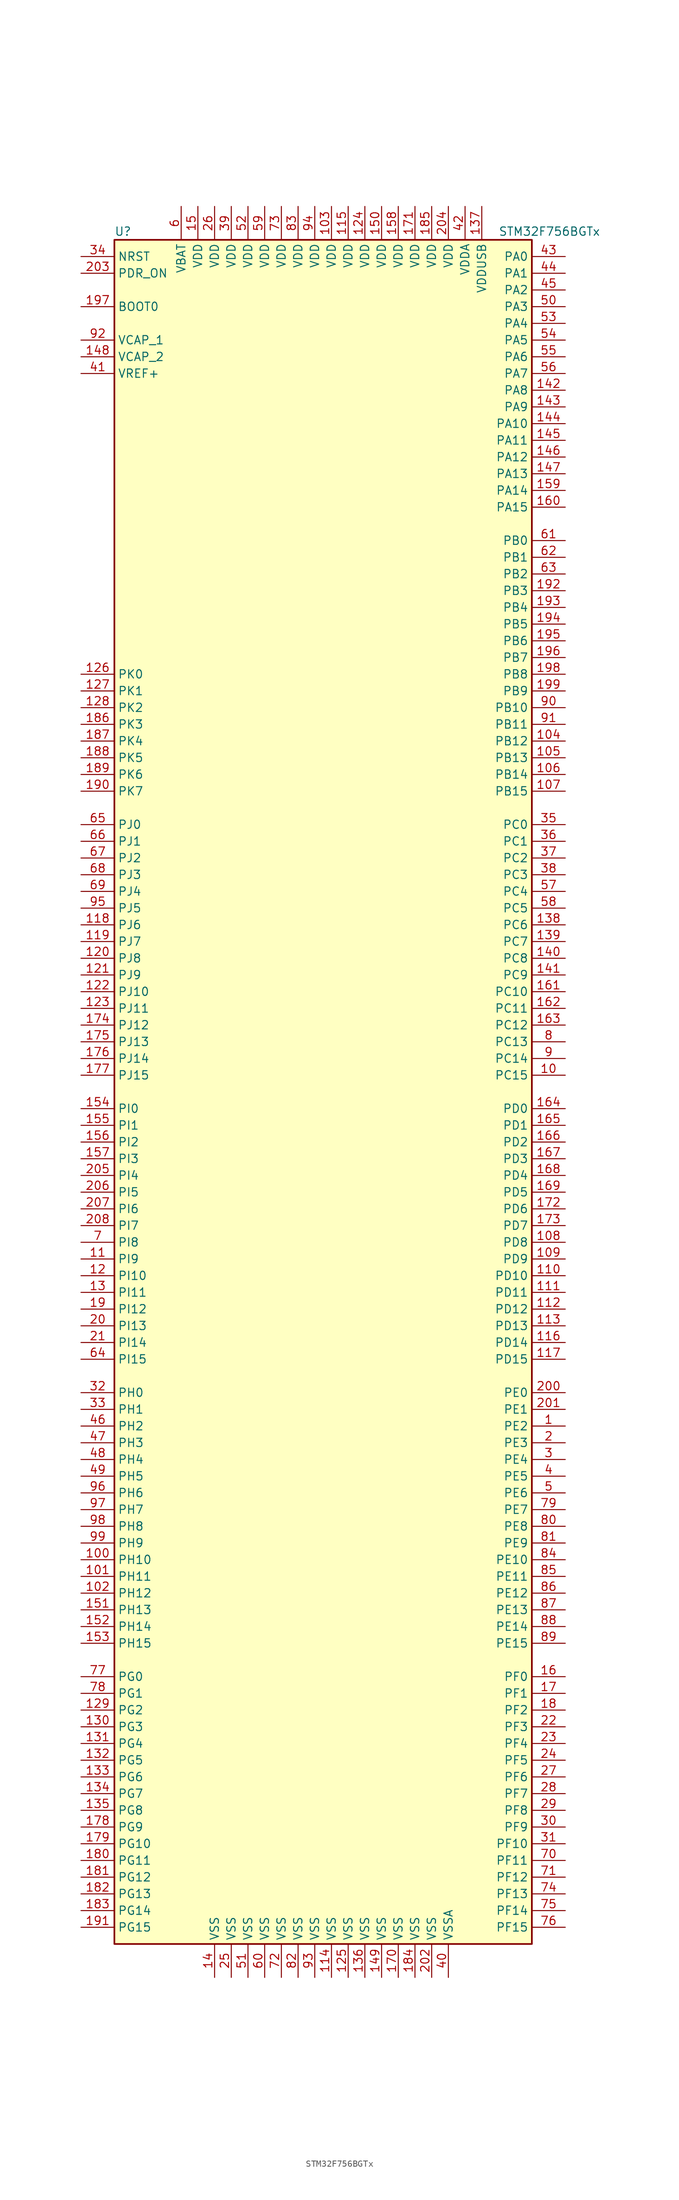
<source format=kicad_sym>
(kicad_symbol_lib
  (version 20201005)
  (generator kicad_symbol_editor)
  (symbol "STM32F756BGTx"
    (property "Reference" "U"
      (at -33.02 130.81 0)
      (effects (font (size 1.27 1.27)) (justify left)))
    (property "Value" "STM32F756BGTx"
      (at 25.4 130.81 0)
      (effects (font (size 1.27 1.27)) (justify left)))
    (symbol "STM32F756BGTx_0_1"
      (rectangle (start -33.02 -129.54) (end 30.48 129.54) (stroke (width 0.254)) (fill (type background))))
    (symbol "STM32F756BGTx_1_1"
      (pin input line (at -38.1 119.38 0) (length 5.08) (name "BOOT0" (effects (font (size 1.27 1.27)))) (number "197" (effects (font (size 1.27 1.27)))))
      (pin input line (at -38.1 127 0) (length 5.08) (name "NRST" (effects (font (size 1.27 1.27)))) (number "34" (effects (font (size 1.27 1.27)))))
      (pin bidirectional line (at 35.56 127 180) (length 5.08) (name "PA0" (effects (font (size 1.27 1.27)))) (number "43" (effects (font (size 1.27 1.27)))))
      (pin bidirectional line (at 35.56 124.46 180) (length 5.08) (name "PA1" (effects (font (size 1.27 1.27)))) (number "44" (effects (font (size 1.27 1.27)))))
      (pin bidirectional line (at 35.56 101.6 180) (length 5.08) (name "PA10" (effects (font (size 1.27 1.27)))) (number "144" (effects (font (size 1.27 1.27)))))
      (pin bidirectional line (at 35.56 99.06 180) (length 5.08) (name "PA11" (effects (font (size 1.27 1.27)))) (number "145" (effects (font (size 1.27 1.27)))))
      (pin bidirectional line (at 35.56 96.52 180) (length 5.08) (name "PA12" (effects (font (size 1.27 1.27)))) (number "146" (effects (font (size 1.27 1.27)))))
      (pin bidirectional line (at 35.56 93.98 180) (length 5.08) (name "PA13" (effects (font (size 1.27 1.27)))) (number "147" (effects (font (size 1.27 1.27)))))
      (pin bidirectional line (at 35.56 91.44 180) (length 5.08) (name "PA14" (effects (font (size 1.27 1.27)))) (number "159" (effects (font (size 1.27 1.27)))))
      (pin bidirectional line (at 35.56 88.9 180) (length 5.08) (name "PA15" (effects (font (size 1.27 1.27)))) (number "160" (effects (font (size 1.27 1.27)))))
      (pin bidirectional line (at 35.56 121.92 180) (length 5.08) (name "PA2" (effects (font (size 1.27 1.27)))) (number "45" (effects (font (size 1.27 1.27)))))
      (pin bidirectional line (at 35.56 119.38 180) (length 5.08) (name "PA3" (effects (font (size 1.27 1.27)))) (number "50" (effects (font (size 1.27 1.27)))))
      (pin bidirectional line (at 35.56 116.84 180) (length 5.08) (name "PA4" (effects (font (size 1.27 1.27)))) (number "53" (effects (font (size 1.27 1.27)))))
      (pin bidirectional line (at 35.56 114.3 180) (length 5.08) (name "PA5" (effects (font (size 1.27 1.27)))) (number "54" (effects (font (size 1.27 1.27)))))
      (pin bidirectional line (at 35.56 111.76 180) (length 5.08) (name "PA6" (effects (font (size 1.27 1.27)))) (number "55" (effects (font (size 1.27 1.27)))))
      (pin bidirectional line (at 35.56 109.22 180) (length 5.08) (name "PA7" (effects (font (size 1.27 1.27)))) (number "56" (effects (font (size 1.27 1.27)))))
      (pin bidirectional line (at 35.56 106.68 180) (length 5.08) (name "PA8" (effects (font (size 1.27 1.27)))) (number "142" (effects (font (size 1.27 1.27)))))
      (pin bidirectional line (at 35.56 104.14 180) (length 5.08) (name "PA9" (effects (font (size 1.27 1.27)))) (number "143" (effects (font (size 1.27 1.27)))))
      (pin bidirectional line (at 35.56 83.82 180) (length 5.08) (name "PB0" (effects (font (size 1.27 1.27)))) (number "61" (effects (font (size 1.27 1.27)))))
      (pin bidirectional line (at 35.56 81.28 180) (length 5.08) (name "PB1" (effects (font (size 1.27 1.27)))) (number "62" (effects (font (size 1.27 1.27)))))
      (pin bidirectional line (at 35.56 58.42 180) (length 5.08) (name "PB10" (effects (font (size 1.27 1.27)))) (number "90" (effects (font (size 1.27 1.27)))))
      (pin bidirectional line (at 35.56 55.88 180) (length 5.08) (name "PB11" (effects (font (size 1.27 1.27)))) (number "91" (effects (font (size 1.27 1.27)))))
      (pin bidirectional line (at 35.56 53.34 180) (length 5.08) (name "PB12" (effects (font (size 1.27 1.27)))) (number "104" (effects (font (size 1.27 1.27)))))
      (pin bidirectional line (at 35.56 50.8 180) (length 5.08) (name "PB13" (effects (font (size 1.27 1.27)))) (number "105" (effects (font (size 1.27 1.27)))))
      (pin bidirectional line (at 35.56 48.26 180) (length 5.08) (name "PB14" (effects (font (size 1.27 1.27)))) (number "106" (effects (font (size 1.27 1.27)))))
      (pin bidirectional line (at 35.56 45.72 180) (length 5.08) (name "PB15" (effects (font (size 1.27 1.27)))) (number "107" (effects (font (size 1.27 1.27)))))
      (pin bidirectional line (at 35.56 78.74 180) (length 5.08) (name "PB2" (effects (font (size 1.27 1.27)))) (number "63" (effects (font (size 1.27 1.27)))))
      (pin bidirectional line (at 35.56 76.2 180) (length 5.08) (name "PB3" (effects (font (size 1.27 1.27)))) (number "192" (effects (font (size 1.27 1.27)))))
      (pin bidirectional line (at 35.56 73.66 180) (length 5.08) (name "PB4" (effects (font (size 1.27 1.27)))) (number "193" (effects (font (size 1.27 1.27)))))
      (pin bidirectional line (at 35.56 71.12 180) (length 5.08) (name "PB5" (effects (font (size 1.27 1.27)))) (number "194" (effects (font (size 1.27 1.27)))))
      (pin bidirectional line (at 35.56 68.58 180) (length 5.08) (name "PB6" (effects (font (size 1.27 1.27)))) (number "195" (effects (font (size 1.27 1.27)))))
      (pin bidirectional line (at 35.56 66.04 180) (length 5.08) (name "PB7" (effects (font (size 1.27 1.27)))) (number "196" (effects (font (size 1.27 1.27)))))
      (pin bidirectional line (at 35.56 63.5 180) (length 5.08) (name "PB8" (effects (font (size 1.27 1.27)))) (number "198" (effects (font (size 1.27 1.27)))))
      (pin bidirectional line (at 35.56 60.96 180) (length 5.08) (name "PB9" (effects (font (size 1.27 1.27)))) (number "199" (effects (font (size 1.27 1.27)))))
      (pin bidirectional line (at 35.56 40.64 180) (length 5.08) (name "PC0" (effects (font (size 1.27 1.27)))) (number "35" (effects (font (size 1.27 1.27)))))
      (pin bidirectional line (at 35.56 38.1 180) (length 5.08) (name "PC1" (effects (font (size 1.27 1.27)))) (number "36" (effects (font (size 1.27 1.27)))))
      (pin bidirectional line (at 35.56 15.24 180) (length 5.08) (name "PC10" (effects (font (size 1.27 1.27)))) (number "161" (effects (font (size 1.27 1.27)))))
      (pin bidirectional line (at 35.56 12.7 180) (length 5.08) (name "PC11" (effects (font (size 1.27 1.27)))) (number "162" (effects (font (size 1.27 1.27)))))
      (pin bidirectional line (at 35.56 10.16 180) (length 5.08) (name "PC12" (effects (font (size 1.27 1.27)))) (number "163" (effects (font (size 1.27 1.27)))))
      (pin bidirectional line (at 35.56 7.62 180) (length 5.08) (name "PC13" (effects (font (size 1.27 1.27)))) (number "8" (effects (font (size 1.27 1.27)))))
      (pin bidirectional line (at 35.56 5.08 180) (length 5.08) (name "PC14" (effects (font (size 1.27 1.27)))) (number "9" (effects (font (size 1.27 1.27)))))
      (pin bidirectional line (at 35.56 2.54 180) (length 5.08) (name "PC15" (effects (font (size 1.27 1.27)))) (number "10" (effects (font (size 1.27 1.27)))))
      (pin bidirectional line (at 35.56 35.56 180) (length 5.08) (name "PC2" (effects (font (size 1.27 1.27)))) (number "37" (effects (font (size 1.27 1.27)))))
      (pin bidirectional line (at 35.56 33.02 180) (length 5.08) (name "PC3" (effects (font (size 1.27 1.27)))) (number "38" (effects (font (size 1.27 1.27)))))
      (pin bidirectional line (at 35.56 30.48 180) (length 5.08) (name "PC4" (effects (font (size 1.27 1.27)))) (number "57" (effects (font (size 1.27 1.27)))))
      (pin bidirectional line (at 35.56 27.94 180) (length 5.08) (name "PC5" (effects (font (size 1.27 1.27)))) (number "58" (effects (font (size 1.27 1.27)))))
      (pin bidirectional line (at 35.56 25.4 180) (length 5.08) (name "PC6" (effects (font (size 1.27 1.27)))) (number "138" (effects (font (size 1.27 1.27)))))
      (pin bidirectional line (at 35.56 22.86 180) (length 5.08) (name "PC7" (effects (font (size 1.27 1.27)))) (number "139" (effects (font (size 1.27 1.27)))))
      (pin bidirectional line (at 35.56 20.32 180) (length 5.08) (name "PC8" (effects (font (size 1.27 1.27)))) (number "140" (effects (font (size 1.27 1.27)))))
      (pin bidirectional line (at 35.56 17.78 180) (length 5.08) (name "PC9" (effects (font (size 1.27 1.27)))) (number "141" (effects (font (size 1.27 1.27)))))
      (pin bidirectional line (at 35.56 -2.54 180) (length 5.08) (name "PD0" (effects (font (size 1.27 1.27)))) (number "164" (effects (font (size 1.27 1.27)))))
      (pin bidirectional line (at 35.56 -5.08 180) (length 5.08) (name "PD1" (effects (font (size 1.27 1.27)))) (number "165" (effects (font (size 1.27 1.27)))))
      (pin bidirectional line (at 35.56 -27.94 180) (length 5.08) (name "PD10" (effects (font (size 1.27 1.27)))) (number "110" (effects (font (size 1.27 1.27)))))
      (pin bidirectional line (at 35.56 -30.48 180) (length 5.08) (name "PD11" (effects (font (size 1.27 1.27)))) (number "111" (effects (font (size 1.27 1.27)))))
      (pin bidirectional line (at 35.56 -33.02 180) (length 5.08) (name "PD12" (effects (font (size 1.27 1.27)))) (number "112" (effects (font (size 1.27 1.27)))))
      (pin bidirectional line (at 35.56 -35.56 180) (length 5.08) (name "PD13" (effects (font (size 1.27 1.27)))) (number "113" (effects (font (size 1.27 1.27)))))
      (pin bidirectional line (at 35.56 -38.1 180) (length 5.08) (name "PD14" (effects (font (size 1.27 1.27)))) (number "116" (effects (font (size 1.27 1.27)))))
      (pin bidirectional line (at 35.56 -40.64 180) (length 5.08) (name "PD15" (effects (font (size 1.27 1.27)))) (number "117" (effects (font (size 1.27 1.27)))))
      (pin bidirectional line (at 35.56 -7.62 180) (length 5.08) (name "PD2" (effects (font (size 1.27 1.27)))) (number "166" (effects (font (size 1.27 1.27)))))
      (pin bidirectional line (at 35.56 -10.16 180) (length 5.08) (name "PD3" (effects (font (size 1.27 1.27)))) (number "167" (effects (font (size 1.27 1.27)))))
      (pin bidirectional line (at 35.56 -12.7 180) (length 5.08) (name "PD4" (effects (font (size 1.27 1.27)))) (number "168" (effects (font (size 1.27 1.27)))))
      (pin bidirectional line (at 35.56 -15.24 180) (length 5.08) (name "PD5" (effects (font (size 1.27 1.27)))) (number "169" (effects (font (size 1.27 1.27)))))
      (pin bidirectional line (at 35.56 -17.78 180) (length 5.08) (name "PD6" (effects (font (size 1.27 1.27)))) (number "172" (effects (font (size 1.27 1.27)))))
      (pin bidirectional line (at 35.56 -20.32 180) (length 5.08) (name "PD7" (effects (font (size 1.27 1.27)))) (number "173" (effects (font (size 1.27 1.27)))))
      (pin bidirectional line (at 35.56 -22.86 180) (length 5.08) (name "PD8" (effects (font (size 1.27 1.27)))) (number "108" (effects (font (size 1.27 1.27)))))
      (pin bidirectional line (at 35.56 -25.4 180) (length 5.08) (name "PD9" (effects (font (size 1.27 1.27)))) (number "109" (effects (font (size 1.27 1.27)))))
      (pin input line (at -38.1 124.46 0) (length 5.08) (name "PDR_ON" (effects (font (size 1.27 1.27)))) (number "203" (effects (font (size 1.27 1.27)))))
      (pin bidirectional line (at 35.56 -45.72 180) (length 5.08) (name "PE0" (effects (font (size 1.27 1.27)))) (number "200" (effects (font (size 1.27 1.27)))))
      (pin bidirectional line (at 35.56 -48.26 180) (length 5.08) (name "PE1" (effects (font (size 1.27 1.27)))) (number "201" (effects (font (size 1.27 1.27)))))
      (pin bidirectional line (at 35.56 -71.12 180) (length 5.08) (name "PE10" (effects (font (size 1.27 1.27)))) (number "84" (effects (font (size 1.27 1.27)))))
      (pin bidirectional line (at 35.56 -73.66 180) (length 5.08) (name "PE11" (effects (font (size 1.27 1.27)))) (number "85" (effects (font (size 1.27 1.27)))))
      (pin bidirectional line (at 35.56 -76.2 180) (length 5.08) (name "PE12" (effects (font (size 1.27 1.27)))) (number "86" (effects (font (size 1.27 1.27)))))
      (pin bidirectional line (at 35.56 -78.74 180) (length 5.08) (name "PE13" (effects (font (size 1.27 1.27)))) (number "87" (effects (font (size 1.27 1.27)))))
      (pin bidirectional line (at 35.56 -81.28 180) (length 5.08) (name "PE14" (effects (font (size 1.27 1.27)))) (number "88" (effects (font (size 1.27 1.27)))))
      (pin bidirectional line (at 35.56 -83.82 180) (length 5.08) (name "PE15" (effects (font (size 1.27 1.27)))) (number "89" (effects (font (size 1.27 1.27)))))
      (pin bidirectional line (at 35.56 -50.8 180) (length 5.08) (name "PE2" (effects (font (size 1.27 1.27)))) (number "1" (effects (font (size 1.27 1.27)))))
      (pin bidirectional line (at 35.56 -53.34 180) (length 5.08) (name "PE3" (effects (font (size 1.27 1.27)))) (number "2" (effects (font (size 1.27 1.27)))))
      (pin bidirectional line (at 35.56 -55.88 180) (length 5.08) (name "PE4" (effects (font (size 1.27 1.27)))) (number "3" (effects (font (size 1.27 1.27)))))
      (pin bidirectional line (at 35.56 -58.42 180) (length 5.08) (name "PE5" (effects (font (size 1.27 1.27)))) (number "4" (effects (font (size 1.27 1.27)))))
      (pin bidirectional line (at 35.56 -60.96 180) (length 5.08) (name "PE6" (effects (font (size 1.27 1.27)))) (number "5" (effects (font (size 1.27 1.27)))))
      (pin bidirectional line (at 35.56 -63.5 180) (length 5.08) (name "PE7" (effects (font (size 1.27 1.27)))) (number "79" (effects (font (size 1.27 1.27)))))
      (pin bidirectional line (at 35.56 -66.04 180) (length 5.08) (name "PE8" (effects (font (size 1.27 1.27)))) (number "80" (effects (font (size 1.27 1.27)))))
      (pin bidirectional line (at 35.56 -68.58 180) (length 5.08) (name "PE9" (effects (font (size 1.27 1.27)))) (number "81" (effects (font (size 1.27 1.27)))))
      (pin bidirectional line (at 35.56 -88.9 180) (length 5.08) (name "PF0" (effects (font (size 1.27 1.27)))) (number "16" (effects (font (size 1.27 1.27)))))
      (pin bidirectional line (at 35.56 -91.44 180) (length 5.08) (name "PF1" (effects (font (size 1.27 1.27)))) (number "17" (effects (font (size 1.27 1.27)))))
      (pin bidirectional line (at 35.56 -114.3 180) (length 5.08) (name "PF10" (effects (font (size 1.27 1.27)))) (number "31" (effects (font (size 1.27 1.27)))))
      (pin bidirectional line (at 35.56 -116.84 180) (length 5.08) (name "PF11" (effects (font (size 1.27 1.27)))) (number "70" (effects (font (size 1.27 1.27)))))
      (pin bidirectional line (at 35.56 -119.38 180) (length 5.08) (name "PF12" (effects (font (size 1.27 1.27)))) (number "71" (effects (font (size 1.27 1.27)))))
      (pin bidirectional line (at 35.56 -121.92 180) (length 5.08) (name "PF13" (effects (font (size 1.27 1.27)))) (number "74" (effects (font (size 1.27 1.27)))))
      (pin bidirectional line (at 35.56 -124.46 180) (length 5.08) (name "PF14" (effects (font (size 1.27 1.27)))) (number "75" (effects (font (size 1.27 1.27)))))
      (pin bidirectional line (at 35.56 -127 180) (length 5.08) (name "PF15" (effects (font (size 1.27 1.27)))) (number "76" (effects (font (size 1.27 1.27)))))
      (pin bidirectional line (at 35.56 -93.98 180) (length 5.08) (name "PF2" (effects (font (size 1.27 1.27)))) (number "18" (effects (font (size 1.27 1.27)))))
      (pin bidirectional line (at 35.56 -96.52 180) (length 5.08) (name "PF3" (effects (font (size 1.27 1.27)))) (number "22" (effects (font (size 1.27 1.27)))))
      (pin bidirectional line (at 35.56 -99.06 180) (length 5.08) (name "PF4" (effects (font (size 1.27 1.27)))) (number "23" (effects (font (size 1.27 1.27)))))
      (pin bidirectional line (at 35.56 -101.6 180) (length 5.08) (name "PF5" (effects (font (size 1.27 1.27)))) (number "24" (effects (font (size 1.27 1.27)))))
      (pin bidirectional line (at 35.56 -104.14 180) (length 5.08) (name "PF6" (effects (font (size 1.27 1.27)))) (number "27" (effects (font (size 1.27 1.27)))))
      (pin bidirectional line (at 35.56 -106.68 180) (length 5.08) (name "PF7" (effects (font (size 1.27 1.27)))) (number "28" (effects (font (size 1.27 1.27)))))
      (pin bidirectional line (at 35.56 -109.22 180) (length 5.08) (name "PF8" (effects (font (size 1.27 1.27)))) (number "29" (effects (font (size 1.27 1.27)))))
      (pin bidirectional line (at 35.56 -111.76 180) (length 5.08) (name "PF9" (effects (font (size 1.27 1.27)))) (number "30" (effects (font (size 1.27 1.27)))))
      (pin bidirectional line (at -38.1 -88.9 0) (length 5.08) (name "PG0" (effects (font (size 1.27 1.27)))) (number "77" (effects (font (size 1.27 1.27)))))
      (pin bidirectional line (at -38.1 -91.44 0) (length 5.08) (name "PG1" (effects (font (size 1.27 1.27)))) (number "78" (effects (font (size 1.27 1.27)))))
      (pin bidirectional line (at -38.1 -114.3 0) (length 5.08) (name "PG10" (effects (font (size 1.27 1.27)))) (number "179" (effects (font (size 1.27 1.27)))))
      (pin bidirectional line (at -38.1 -116.84 0) (length 5.08) (name "PG11" (effects (font (size 1.27 1.27)))) (number "180" (effects (font (size 1.27 1.27)))))
      (pin bidirectional line (at -38.1 -119.38 0) (length 5.08) (name "PG12" (effects (font (size 1.27 1.27)))) (number "181" (effects (font (size 1.27 1.27)))))
      (pin bidirectional line (at -38.1 -121.92 0) (length 5.08) (name "PG13" (effects (font (size 1.27 1.27)))) (number "182" (effects (font (size 1.27 1.27)))))
      (pin bidirectional line (at -38.1 -124.46 0) (length 5.08) (name "PG14" (effects (font (size 1.27 1.27)))) (number "183" (effects (font (size 1.27 1.27)))))
      (pin bidirectional line (at -38.1 -127 0) (length 5.08) (name "PG15" (effects (font (size 1.27 1.27)))) (number "191" (effects (font (size 1.27 1.27)))))
      (pin bidirectional line (at -38.1 -93.98 0) (length 5.08) (name "PG2" (effects (font (size 1.27 1.27)))) (number "129" (effects (font (size 1.27 1.27)))))
      (pin bidirectional line (at -38.1 -96.52 0) (length 5.08) (name "PG3" (effects (font (size 1.27 1.27)))) (number "130" (effects (font (size 1.27 1.27)))))
      (pin bidirectional line (at -38.1 -99.06 0) (length 5.08) (name "PG4" (effects (font (size 1.27 1.27)))) (number "131" (effects (font (size 1.27 1.27)))))
      (pin bidirectional line (at -38.1 -101.6 0) (length 5.08) (name "PG5" (effects (font (size 1.27 1.27)))) (number "132" (effects (font (size 1.27 1.27)))))
      (pin bidirectional line (at -38.1 -104.14 0) (length 5.08) (name "PG6" (effects (font (size 1.27 1.27)))) (number "133" (effects (font (size 1.27 1.27)))))
      (pin bidirectional line (at -38.1 -106.68 0) (length 5.08) (name "PG7" (effects (font (size 1.27 1.27)))) (number "134" (effects (font (size 1.27 1.27)))))
      (pin bidirectional line (at -38.1 -109.22 0) (length 5.08) (name "PG8" (effects (font (size 1.27 1.27)))) (number "135" (effects (font (size 1.27 1.27)))))
      (pin bidirectional line (at -38.1 -111.76 0) (length 5.08) (name "PG9" (effects (font (size 1.27 1.27)))) (number "178" (effects (font (size 1.27 1.27)))))
      (pin input line (at -38.1 -45.72 0) (length 5.08) (name "PH0" (effects (font (size 1.27 1.27)))) (number "32" (effects (font (size 1.27 1.27)))))
      (pin input line (at -38.1 -48.26 0) (length 5.08) (name "PH1" (effects (font (size 1.27 1.27)))) (number "33" (effects (font (size 1.27 1.27)))))
      (pin bidirectional line (at -38.1 -71.12 0) (length 5.08) (name "PH10" (effects (font (size 1.27 1.27)))) (number "100" (effects (font (size 1.27 1.27)))))
      (pin bidirectional line (at -38.1 -73.66 0) (length 5.08) (name "PH11" (effects (font (size 1.27 1.27)))) (number "101" (effects (font (size 1.27 1.27)))))
      (pin bidirectional line (at -38.1 -76.2 0) (length 5.08) (name "PH12" (effects (font (size 1.27 1.27)))) (number "102" (effects (font (size 1.27 1.27)))))
      (pin bidirectional line (at -38.1 -78.74 0) (length 5.08) (name "PH13" (effects (font (size 1.27 1.27)))) (number "151" (effects (font (size 1.27 1.27)))))
      (pin bidirectional line (at -38.1 -81.28 0) (length 5.08) (name "PH14" (effects (font (size 1.27 1.27)))) (number "152" (effects (font (size 1.27 1.27)))))
      (pin bidirectional line (at -38.1 -83.82 0) (length 5.08) (name "PH15" (effects (font (size 1.27 1.27)))) (number "153" (effects (font (size 1.27 1.27)))))
      (pin bidirectional line (at -38.1 -50.8 0) (length 5.08) (name "PH2" (effects (font (size 1.27 1.27)))) (number "46" (effects (font (size 1.27 1.27)))))
      (pin bidirectional line (at -38.1 -53.34 0) (length 5.08) (name "PH3" (effects (font (size 1.27 1.27)))) (number "47" (effects (font (size 1.27 1.27)))))
      (pin bidirectional line (at -38.1 -55.88 0) (length 5.08) (name "PH4" (effects (font (size 1.27 1.27)))) (number "48" (effects (font (size 1.27 1.27)))))
      (pin bidirectional line (at -38.1 -58.42 0) (length 5.08) (name "PH5" (effects (font (size 1.27 1.27)))) (number "49" (effects (font (size 1.27 1.27)))))
      (pin bidirectional line (at -38.1 -60.96 0) (length 5.08) (name "PH6" (effects (font (size 1.27 1.27)))) (number "96" (effects (font (size 1.27 1.27)))))
      (pin bidirectional line (at -38.1 -63.5 0) (length 5.08) (name "PH7" (effects (font (size 1.27 1.27)))) (number "97" (effects (font (size 1.27 1.27)))))
      (pin bidirectional line (at -38.1 -66.04 0) (length 5.08) (name "PH8" (effects (font (size 1.27 1.27)))) (number "98" (effects (font (size 1.27 1.27)))))
      (pin bidirectional line (at -38.1 -68.58 0) (length 5.08) (name "PH9" (effects (font (size 1.27 1.27)))) (number "99" (effects (font (size 1.27 1.27)))))
      (pin bidirectional line (at -38.1 -2.54 0) (length 5.08) (name "PI0" (effects (font (size 1.27 1.27)))) (number "154" (effects (font (size 1.27 1.27)))))
      (pin bidirectional line (at -38.1 -5.08 0) (length 5.08) (name "PI1" (effects (font (size 1.27 1.27)))) (number "155" (effects (font (size 1.27 1.27)))))
      (pin bidirectional line (at -38.1 -27.94 0) (length 5.08) (name "PI10" (effects (font (size 1.27 1.27)))) (number "12" (effects (font (size 1.27 1.27)))))
      (pin bidirectional line (at -38.1 -30.48 0) (length 5.08) (name "PI11" (effects (font (size 1.27 1.27)))) (number "13" (effects (font (size 1.27 1.27)))))
      (pin bidirectional line (at -38.1 -33.02 0) (length 5.08) (name "PI12" (effects (font (size 1.27 1.27)))) (number "19" (effects (font (size 1.27 1.27)))))
      (pin bidirectional line (at -38.1 -35.56 0) (length 5.08) (name "PI13" (effects (font (size 1.27 1.27)))) (number "20" (effects (font (size 1.27 1.27)))))
      (pin bidirectional line (at -38.1 -38.1 0) (length 5.08) (name "PI14" (effects (font (size 1.27 1.27)))) (number "21" (effects (font (size 1.27 1.27)))))
      (pin bidirectional line (at -38.1 -40.64 0) (length 5.08) (name "PI15" (effects (font (size 1.27 1.27)))) (number "64" (effects (font (size 1.27 1.27)))))
      (pin bidirectional line (at -38.1 -7.62 0) (length 5.08) (name "PI2" (effects (font (size 1.27 1.27)))) (number "156" (effects (font (size 1.27 1.27)))))
      (pin bidirectional line (at -38.1 -10.16 0) (length 5.08) (name "PI3" (effects (font (size 1.27 1.27)))) (number "157" (effects (font (size 1.27 1.27)))))
      (pin bidirectional line (at -38.1 -12.7 0) (length 5.08) (name "PI4" (effects (font (size 1.27 1.27)))) (number "205" (effects (font (size 1.27 1.27)))))
      (pin bidirectional line (at -38.1 -15.24 0) (length 5.08) (name "PI5" (effects (font (size 1.27 1.27)))) (number "206" (effects (font (size 1.27 1.27)))))
      (pin bidirectional line (at -38.1 -17.78 0) (length 5.08) (name "PI6" (effects (font (size 1.27 1.27)))) (number "207" (effects (font (size 1.27 1.27)))))
      (pin bidirectional line (at -38.1 -20.32 0) (length 5.08) (name "PI7" (effects (font (size 1.27 1.27)))) (number "208" (effects (font (size 1.27 1.27)))))
      (pin bidirectional line (at -38.1 -22.86 0) (length 5.08) (name "PI8" (effects (font (size 1.27 1.27)))) (number "7" (effects (font (size 1.27 1.27)))))
      (pin bidirectional line (at -38.1 -25.4 0) (length 5.08) (name "PI9" (effects (font (size 1.27 1.27)))) (number "11" (effects (font (size 1.27 1.27)))))
      (pin bidirectional line (at -38.1 40.64 0) (length 5.08) (name "PJ0" (effects (font (size 1.27 1.27)))) (number "65" (effects (font (size 1.27 1.27)))))
      (pin bidirectional line (at -38.1 38.1 0) (length 5.08) (name "PJ1" (effects (font (size 1.27 1.27)))) (number "66" (effects (font (size 1.27 1.27)))))
      (pin bidirectional line (at -38.1 15.24 0) (length 5.08) (name "PJ10" (effects (font (size 1.27 1.27)))) (number "122" (effects (font (size 1.27 1.27)))))
      (pin bidirectional line (at -38.1 12.7 0) (length 5.08) (name "PJ11" (effects (font (size 1.27 1.27)))) (number "123" (effects (font (size 1.27 1.27)))))
      (pin bidirectional line (at -38.1 10.16 0) (length 5.08) (name "PJ12" (effects (font (size 1.27 1.27)))) (number "174" (effects (font (size 1.27 1.27)))))
      (pin bidirectional line (at -38.1 7.62 0) (length 5.08) (name "PJ13" (effects (font (size 1.27 1.27)))) (number "175" (effects (font (size 1.27 1.27)))))
      (pin bidirectional line (at -38.1 5.08 0) (length 5.08) (name "PJ14" (effects (font (size 1.27 1.27)))) (number "176" (effects (font (size 1.27 1.27)))))
      (pin bidirectional line (at -38.1 2.54 0) (length 5.08) (name "PJ15" (effects (font (size 1.27 1.27)))) (number "177" (effects (font (size 1.27 1.27)))))
      (pin bidirectional line (at -38.1 35.56 0) (length 5.08) (name "PJ2" (effects (font (size 1.27 1.27)))) (number "67" (effects (font (size 1.27 1.27)))))
      (pin bidirectional line (at -38.1 33.02 0) (length 5.08) (name "PJ3" (effects (font (size 1.27 1.27)))) (number "68" (effects (font (size 1.27 1.27)))))
      (pin bidirectional line (at -38.1 30.48 0) (length 5.08) (name "PJ4" (effects (font (size 1.27 1.27)))) (number "69" (effects (font (size 1.27 1.27)))))
      (pin bidirectional line (at -38.1 27.94 0) (length 5.08) (name "PJ5" (effects (font (size 1.27 1.27)))) (number "95" (effects (font (size 1.27 1.27)))))
      (pin bidirectional line (at -38.1 25.4 0) (length 5.08) (name "PJ6" (effects (font (size 1.27 1.27)))) (number "118" (effects (font (size 1.27 1.27)))))
      (pin bidirectional line (at -38.1 22.86 0) (length 5.08) (name "PJ7" (effects (font (size 1.27 1.27)))) (number "119" (effects (font (size 1.27 1.27)))))
      (pin bidirectional line (at -38.1 20.32 0) (length 5.08) (name "PJ8" (effects (font (size 1.27 1.27)))) (number "120" (effects (font (size 1.27 1.27)))))
      (pin bidirectional line (at -38.1 17.78 0) (length 5.08) (name "PJ9" (effects (font (size 1.27 1.27)))) (number "121" (effects (font (size 1.27 1.27)))))
      (pin bidirectional line (at -38.1 63.5 0) (length 5.08) (name "PK0" (effects (font (size 1.27 1.27)))) (number "126" (effects (font (size 1.27 1.27)))))
      (pin bidirectional line (at -38.1 60.96 0) (length 5.08) (name "PK1" (effects (font (size 1.27 1.27)))) (number "127" (effects (font (size 1.27 1.27)))))
      (pin bidirectional line (at -38.1 58.42 0) (length 5.08) (name "PK2" (effects (font (size 1.27 1.27)))) (number "128" (effects (font (size 1.27 1.27)))))
      (pin bidirectional line (at -38.1 55.88 0) (length 5.08) (name "PK3" (effects (font (size 1.27 1.27)))) (number "186" (effects (font (size 1.27 1.27)))))
      (pin bidirectional line (at -38.1 53.34 0) (length 5.08) (name "PK4" (effects (font (size 1.27 1.27)))) (number "187" (effects (font (size 1.27 1.27)))))
      (pin bidirectional line (at -38.1 50.8 0) (length 5.08) (name "PK5" (effects (font (size 1.27 1.27)))) (number "188" (effects (font (size 1.27 1.27)))))
      (pin bidirectional line (at -38.1 48.26 0) (length 5.08) (name "PK6" (effects (font (size 1.27 1.27)))) (number "189" (effects (font (size 1.27 1.27)))))
      (pin bidirectional line (at -38.1 45.72 0) (length 5.08) (name "PK7" (effects (font (size 1.27 1.27)))) (number "190" (effects (font (size 1.27 1.27)))))
      (pin power_in line (at -22.86 134.62 270) (length 5.08) (name "VBAT" (effects (font (size 1.27 1.27)))) (number "6" (effects (font (size 1.27 1.27)))))
      (pin power_in line (at -38.1 114.3 0) (length 5.08) (name "VCAP_1" (effects (font (size 1.27 1.27)))) (number "92" (effects (font (size 1.27 1.27)))))
      (pin power_in line (at -38.1 111.76 0) (length 5.08) (name "VCAP_2" (effects (font (size 1.27 1.27)))) (number "148" (effects (font (size 1.27 1.27)))))
      (pin power_in line (at 0 134.62 270) (length 5.08) (name "VDD" (effects (font (size 1.27 1.27)))) (number "103" (effects (font (size 1.27 1.27)))))
      (pin power_in line (at 2.54 134.62 270) (length 5.08) (name "VDD" (effects (font (size 1.27 1.27)))) (number "115" (effects (font (size 1.27 1.27)))))
      (pin power_in line (at 5.08 134.62 270) (length 5.08) (name "VDD" (effects (font (size 1.27 1.27)))) (number "124" (effects (font (size 1.27 1.27)))))
      (pin power_in line (at -20.32 134.62 270) (length 5.08) (name "VDD" (effects (font (size 1.27 1.27)))) (number "15" (effects (font (size 1.27 1.27)))))
      (pin power_in line (at 7.62 134.62 270) (length 5.08) (name "VDD" (effects (font (size 1.27 1.27)))) (number "150" (effects (font (size 1.27 1.27)))))
      (pin power_in line (at 10.16 134.62 270) (length 5.08) (name "VDD" (effects (font (size 1.27 1.27)))) (number "158" (effects (font (size 1.27 1.27)))))
      (pin power_in line (at 12.7 134.62 270) (length 5.08) (name "VDD" (effects (font (size 1.27 1.27)))) (number "171" (effects (font (size 1.27 1.27)))))
      (pin power_in line (at 15.24 134.62 270) (length 5.08) (name "VDD" (effects (font (size 1.27 1.27)))) (number "185" (effects (font (size 1.27 1.27)))))
      (pin power_in line (at 17.78 134.62 270) (length 5.08) (name "VDD" (effects (font (size 1.27 1.27)))) (number "204" (effects (font (size 1.27 1.27)))))
      (pin power_in line (at -17.78 134.62 270) (length 5.08) (name "VDD" (effects (font (size 1.27 1.27)))) (number "26" (effects (font (size 1.27 1.27)))))
      (pin power_in line (at -15.24 134.62 270) (length 5.08) (name "VDD" (effects (font (size 1.27 1.27)))) (number "39" (effects (font (size 1.27 1.27)))))
      (pin power_in line (at -12.7 134.62 270) (length 5.08) (name "VDD" (effects (font (size 1.27 1.27)))) (number "52" (effects (font (size 1.27 1.27)))))
      (pin power_in line (at -10.16 134.62 270) (length 5.08) (name "VDD" (effects (font (size 1.27 1.27)))) (number "59" (effects (font (size 1.27 1.27)))))
      (pin power_in line (at -7.62 134.62 270) (length 5.08) (name "VDD" (effects (font (size 1.27 1.27)))) (number "73" (effects (font (size 1.27 1.27)))))
      (pin power_in line (at -5.08 134.62 270) (length 5.08) (name "VDD" (effects (font (size 1.27 1.27)))) (number "83" (effects (font (size 1.27 1.27)))))
      (pin power_in line (at -2.54 134.62 270) (length 5.08) (name "VDD" (effects (font (size 1.27 1.27)))) (number "94" (effects (font (size 1.27 1.27)))))
      (pin power_in line (at 20.32 134.62 270) (length 5.08) (name "VDDA" (effects (font (size 1.27 1.27)))) (number "42" (effects (font (size 1.27 1.27)))))
      (pin power_in line (at 22.86 134.62 270) (length 5.08) (name "VDDUSB" (effects (font (size 1.27 1.27)))) (number "137" (effects (font (size 1.27 1.27)))))
      (pin power_in line (at -38.1 109.22 0) (length 5.08) (name "VREF+" (effects (font (size 1.27 1.27)))) (number "41" (effects (font (size 1.27 1.27)))))
      (pin power_in line (at 0 -134.62 90) (length 5.08) (name "VSS" (effects (font (size 1.27 1.27)))) (number "114" (effects (font (size 1.27 1.27)))))
      (pin power_in line (at 2.54 -134.62 90) (length 5.08) (name "VSS" (effects (font (size 1.27 1.27)))) (number "125" (effects (font (size 1.27 1.27)))))
      (pin power_in line (at 5.08 -134.62 90) (length 5.08) (name "VSS" (effects (font (size 1.27 1.27)))) (number "136" (effects (font (size 1.27 1.27)))))
      (pin power_in line (at -17.78 -134.62 90) (length 5.08) (name "VSS" (effects (font (size 1.27 1.27)))) (number "14" (effects (font (size 1.27 1.27)))))
      (pin power_in line (at 7.62 -134.62 90) (length 5.08) (name "VSS" (effects (font (size 1.27 1.27)))) (number "149" (effects (font (size 1.27 1.27)))))
      (pin power_in line (at 10.16 -134.62 90) (length 5.08) (name "VSS" (effects (font (size 1.27 1.27)))) (number "170" (effects (font (size 1.27 1.27)))))
      (pin power_in line (at 12.7 -134.62 90) (length 5.08) (name "VSS" (effects (font (size 1.27 1.27)))) (number "184" (effects (font (size 1.27 1.27)))))
      (pin power_in line (at 15.24 -134.62 90) (length 5.08) (name "VSS" (effects (font (size 1.27 1.27)))) (number "202" (effects (font (size 1.27 1.27)))))
      (pin power_in line (at -15.24 -134.62 90) (length 5.08) (name "VSS" (effects (font (size 1.27 1.27)))) (number "25" (effects (font (size 1.27 1.27)))))
      (pin power_in line (at -12.7 -134.62 90) (length 5.08) (name "VSS" (effects (font (size 1.27 1.27)))) (number "51" (effects (font (size 1.27 1.27)))))
      (pin power_in line (at -10.16 -134.62 90) (length 5.08) (name "VSS" (effects (font (size 1.27 1.27)))) (number "60" (effects (font (size 1.27 1.27)))))
      (pin power_in line (at -7.62 -134.62 90) (length 5.08) (name "VSS" (effects (font (size 1.27 1.27)))) (number "72" (effects (font (size 1.27 1.27)))))
      (pin power_in line (at -5.08 -134.62 90) (length 5.08) (name "VSS" (effects (font (size 1.27 1.27)))) (number "82" (effects (font (size 1.27 1.27)))))
      (pin power_in line (at -2.54 -134.62 90) (length 5.08) (name "VSS" (effects (font (size 1.27 1.27)))) (number "93" (effects (font (size 1.27 1.27)))))
      (pin power_in line (at 17.78 -134.62 90) (length 5.08) (name "VSSA" (effects (font (size 1.27 1.27)))) (number "40" (effects (font (size 1.27 1.27))))))))
</source>
